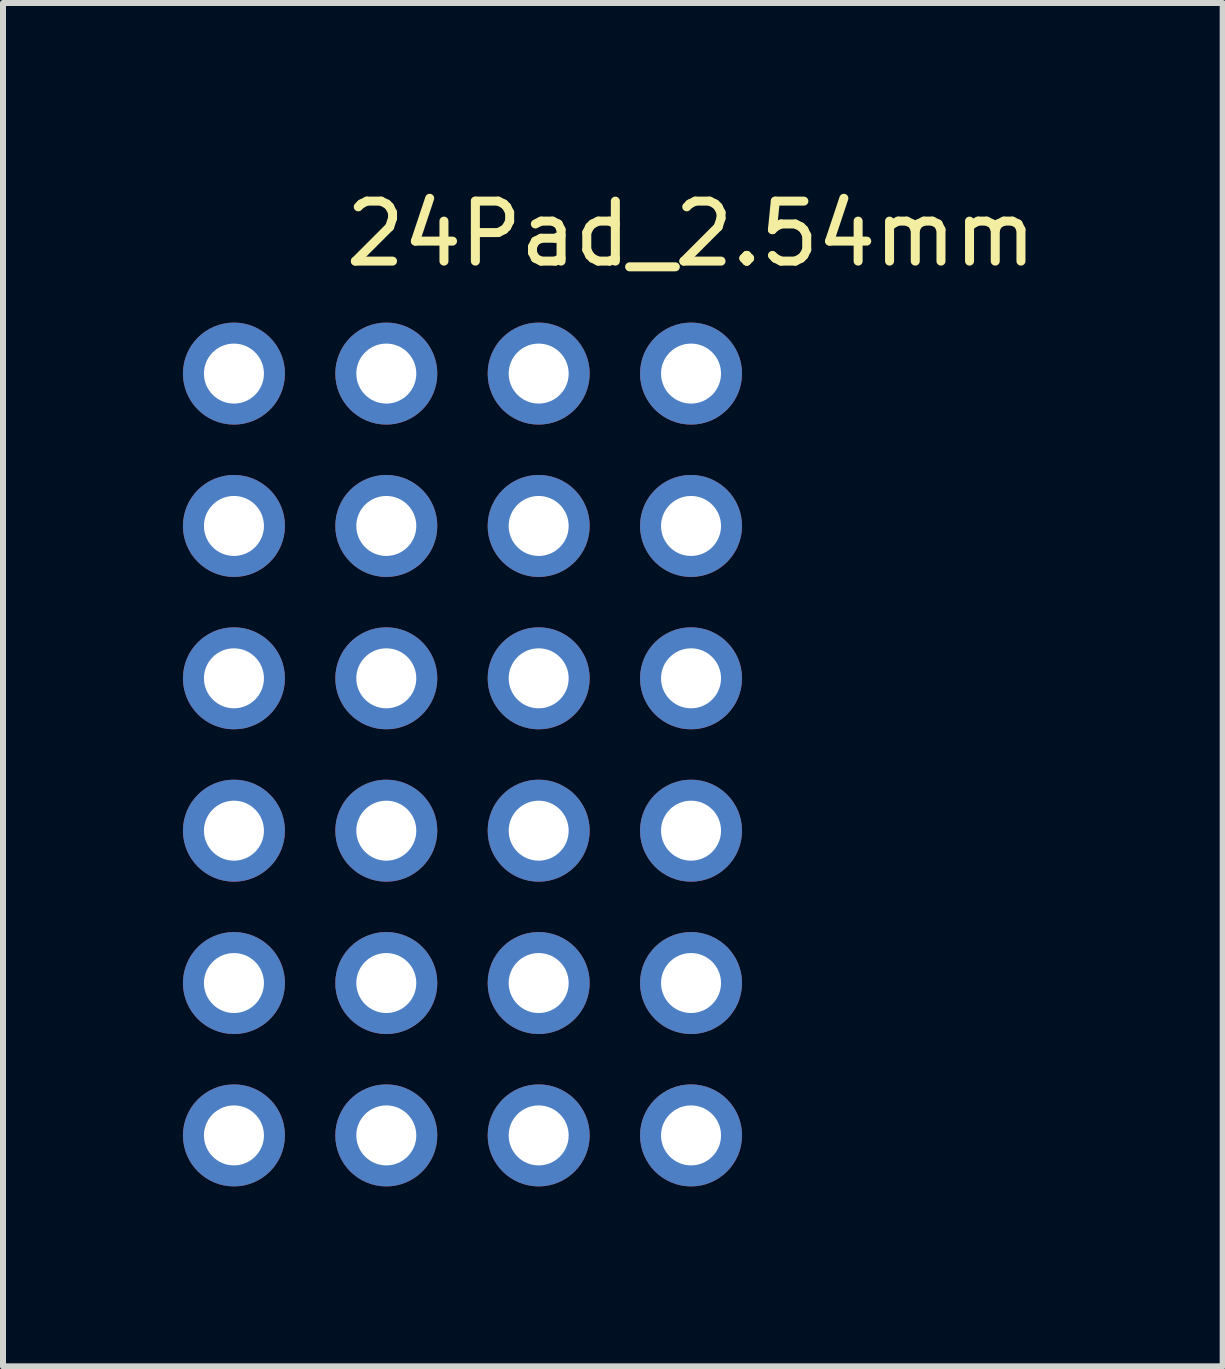
<source format=kicad_pcb>
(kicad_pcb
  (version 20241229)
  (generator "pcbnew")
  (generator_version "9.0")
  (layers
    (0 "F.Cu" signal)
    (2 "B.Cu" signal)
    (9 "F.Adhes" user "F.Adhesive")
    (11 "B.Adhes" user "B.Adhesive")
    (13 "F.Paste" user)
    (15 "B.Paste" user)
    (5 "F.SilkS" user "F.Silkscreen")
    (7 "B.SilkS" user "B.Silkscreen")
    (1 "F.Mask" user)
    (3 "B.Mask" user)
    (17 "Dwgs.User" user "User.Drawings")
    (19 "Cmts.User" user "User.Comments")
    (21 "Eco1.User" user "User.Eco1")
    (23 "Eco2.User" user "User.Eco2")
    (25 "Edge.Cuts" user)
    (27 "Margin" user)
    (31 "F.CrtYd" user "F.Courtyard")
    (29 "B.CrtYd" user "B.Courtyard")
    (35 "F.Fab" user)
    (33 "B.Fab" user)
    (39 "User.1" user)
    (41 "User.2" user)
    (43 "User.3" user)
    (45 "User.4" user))
  (footprint "24Pad_2.54mm"
    (layer "F.Cu")
    (at 8.47 3.178)
    (property "Reference" "24Pad_2.54mm" (at 0 -2.33 0) (layer "F.SilkS") (effects (font (size 1 1) (thickness 0.15))))
    (attr through_hole)
    (pad "1" thru_hole oval (at 0 0) (size 1.7 1.7) (drill 1) (layers "*.Cu" "*.Mask"))
    (pad "2" thru_hole circle (at 0 2.54) (size 1.7 1.7) (drill 1) (layers "*.Cu" "*.Mask"))
    (pad "3" thru_hole circle (at 0 5.08) (size 1.7 1.7) (drill 1) (layers "*.Cu" "*.Mask"))
    (pad "4" thru_hole circle (at 0 7.62) (size 1.7 1.7) (drill 1) (layers "*.Cu" "*.Mask"))
    (pad "5" thru_hole circle (at 0 10.16) (size 1.7 1.7) (drill 1) (layers "*.Cu" "*.Mask"))
    (pad "6" thru_hole circle (at 0 12.7) (size 1.7 1.7) (drill 1) (layers "*.Cu" "*.Mask"))
    (pad "7" thru_hole circle (at -2.54 12.7) (size 1.7 1.7) (drill 1) (layers "*.Cu" "*.Mask"))
    (pad "8" thru_hole circle (at -2.54 10.16) (size 1.7 1.7) (drill 1) (layers "*.Cu" "*.Mask"))
    (pad "9" thru_hole circle (at -2.54 7.62) (size 1.7 1.7) (drill 1) (layers "*.Cu" "*.Mask"))
    (pad "10" thru_hole circle (at -2.54 5.08) (size 1.7 1.7) (drill 1) (layers "*.Cu" "*.Mask"))
    (pad "11" thru_hole circle (at -2.54 2.54) (size 1.7 1.7) (drill 1) (layers "*.Cu" "*.Mask"))
    (pad "12" thru_hole circle (at -2.54 0) (size 1.7 1.7) (drill 1) (layers "*.Cu" "*.Mask"))
    (pad "13" thru_hole circle (at -5.08 0) (size 1.7 1.7) (drill 1) (layers "*.Cu" "*.Mask"))
    (pad "14" thru_hole circle (at -5.08 2.54) (size 1.7 1.7) (drill 1) (layers "*.Cu" "*.Mask"))
    (pad "15" thru_hole circle (at -5.08 5.08) (size 1.7 1.7) (drill 1) (layers "*.Cu" "*.Mask"))
    (pad "16" thru_hole circle (at -5.08 7.62) (size 1.7 1.7) (drill 1) (layers "*.Cu" "*.Mask"))
    (pad "17" thru_hole circle (at -5.08 10.16) (size 1.7 1.7) (drill 1) (layers "*.Cu" "*.Mask"))
    (pad "18" thru_hole circle (at -5.08 12.7) (size 1.7 1.7) (drill 1) (layers "*.Cu" "*.Mask"))
    (pad "19" thru_hole circle (at -7.62 12.7) (size 1.7 1.7) (drill 1) (layers "*.Cu" "*.Mask"))
    (pad "20" thru_hole circle (at -7.62 10.16) (size 1.7 1.7) (drill 1) (layers "*.Cu" "*.Mask"))
    (pad "21" thru_hole circle (at -7.62 7.62) (size 1.7 1.7) (drill 1) (layers "*.Cu" "*.Mask"))
    (pad "22" thru_hole circle (at -7.62 5.08) (size 1.7 1.7) (drill 1) (layers "*.Cu" "*.Mask"))
    (pad "23" thru_hole circle (at -7.62 2.54) (size 1.7 1.7) (drill 1) (layers "*.Cu" "*.Mask"))
    (pad "24" thru_hole circle (at -7.62 0) (size 1.7 1.7) (drill 1) (layers "*.Cu" "*.Mask")))
  (gr_rect
    (start -3 -3)
    (end 17.333 19.728)
    (stroke (width 0.1) (type default))
    (fill no)
    (layer "Edge.Cuts")))
</source>
